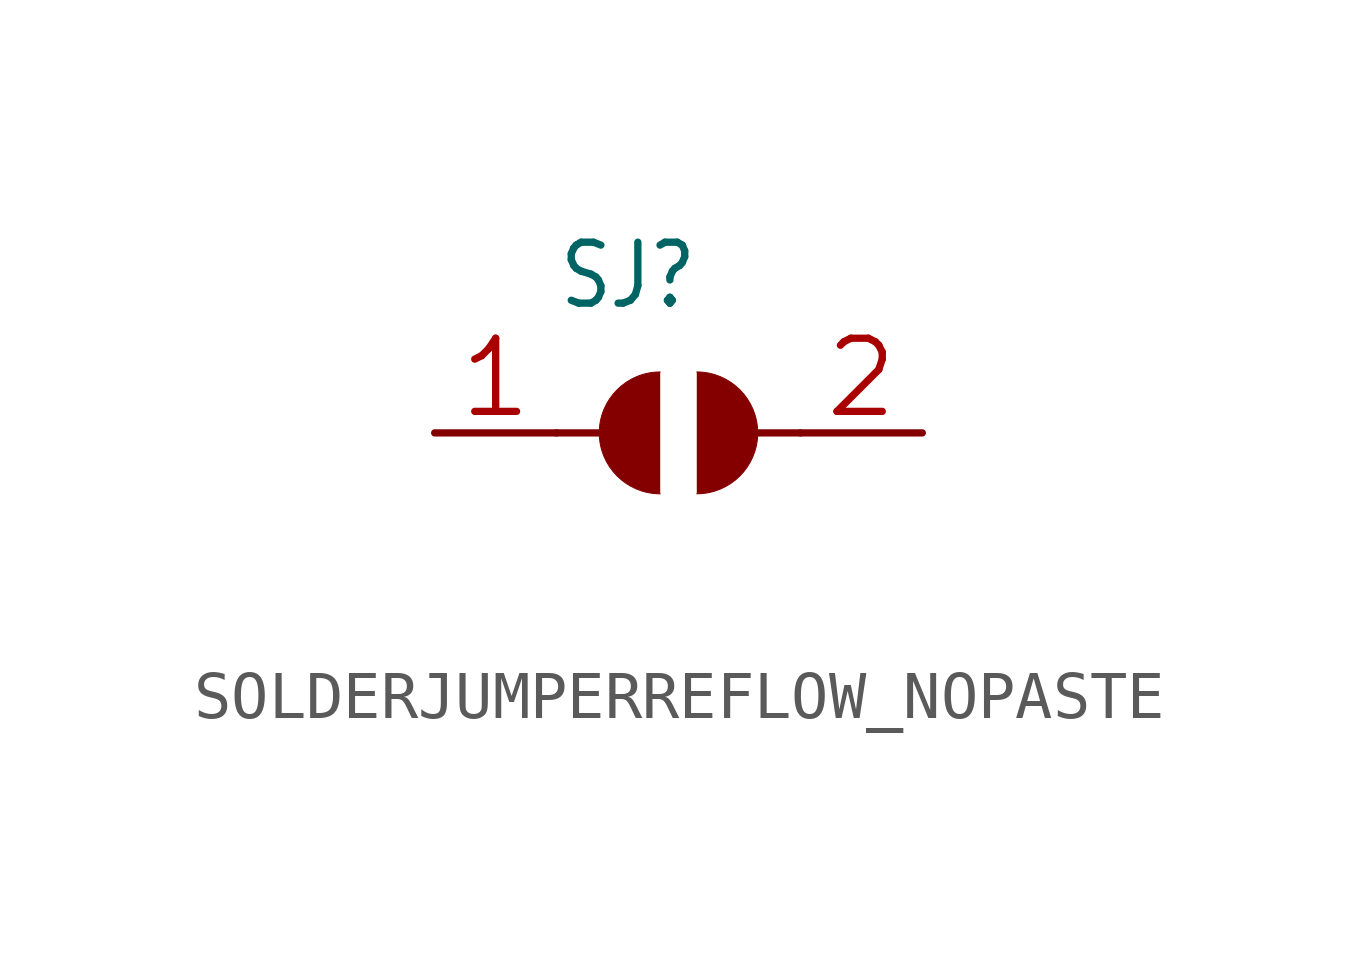
<source format=kicad_sym>
(kicad_symbol_lib
  (version 20241209)
  (generator "kicad_symbol_editor")
  (generator_version "9.0")
  (symbol "SOLDERJUMPERREFLOW_NOPASTE"
    (property "Reference" "SJ"
      (at -2.54 2.54 0)
      (effects (font (size 1.27 1.079)) (justify left bottom)))
    (property "Value" ""
      (at -2.54 -3.81 0)
      (effects (font (size 1.27 1.079)) (justify left bottom)))
    (property "ki_locked" ""
      (at 0 0 0)
      (effects (font (size 1.27 1.27))))
    (symbol "SOLDERJUMPERREFLOW_NOPASTE_1_0"
      (polyline (pts (xy -2.54 0) (xy -1.651 0)) (stroke (width 0.152) (type solid)) (fill (type none)))
      (arc (start -0.381 -1.27) (mid -1.651 0) (end -0.381 1.27) (stroke (width 0.0001) (type solid)) (fill (type outline)))
      (arc (start 0.381 1.27) (mid 1.651 0) (end 0.381 -1.27) (stroke (width 0.0001) (type solid)) (fill (type outline)))
      (polyline (pts (xy 2.54 0) (xy 1.651 0)) (stroke (width 0.152) (type solid)) (fill (type none)))
      (pin passive line (at -5.08 0 0) (length 2.54) (name "1" (effects (font (size 0 0)))) (number "1" (effects (font (size 1.524 1.524)))))
      (pin passive line (at 5.08 0 180) (length 2.54) (name "2" (effects (font (size 0 0)))) (number "2" (effects (font (size 1.524 1.524))))))))
</source>
